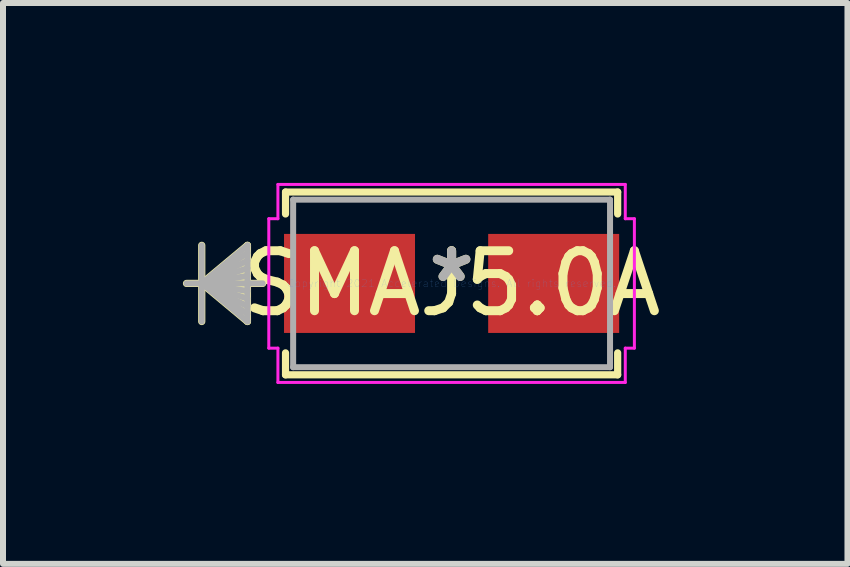
<source format=kicad_pcb>
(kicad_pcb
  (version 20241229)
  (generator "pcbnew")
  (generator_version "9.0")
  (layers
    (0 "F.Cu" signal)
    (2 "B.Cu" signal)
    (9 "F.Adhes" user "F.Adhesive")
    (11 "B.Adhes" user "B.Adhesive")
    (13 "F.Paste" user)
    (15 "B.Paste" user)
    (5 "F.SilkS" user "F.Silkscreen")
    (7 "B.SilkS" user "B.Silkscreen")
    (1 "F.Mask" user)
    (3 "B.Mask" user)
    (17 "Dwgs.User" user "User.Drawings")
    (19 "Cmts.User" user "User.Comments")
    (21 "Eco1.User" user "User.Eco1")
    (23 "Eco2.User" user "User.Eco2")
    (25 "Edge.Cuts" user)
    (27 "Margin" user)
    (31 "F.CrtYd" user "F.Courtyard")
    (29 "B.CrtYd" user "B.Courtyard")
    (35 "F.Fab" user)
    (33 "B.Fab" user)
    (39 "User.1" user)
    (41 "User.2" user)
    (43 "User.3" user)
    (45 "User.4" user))
  (footprint "SMAJ5.0A"
    (layer "F.Cu")
    (at 4.48 1.676)
    (property "Reference" "SMAJ5.0A" (at 0 0 0) (layer "F.SilkS") (effects (font (size 1 1) (thickness 0.15))))
    (attr through_hole)
    (fp_line (start -4.166 -0.635) (end -4.166 0.635) (stroke (width 0.12) (type solid)) (layer "F.SilkS"))
    (fp_line (start -4.166 0) (end -3.404 -0.635) (stroke (width 0.12) (type solid)) (layer "F.SilkS"))
    (fp_line (start -4.166 0) (end -3.404 -0.508) (stroke (width 0.12) (type solid)) (layer "F.SilkS"))
    (fp_line (start -4.166 0) (end -3.404 -0.381) (stroke (width 0.12) (type solid)) (layer "F.SilkS"))
    (fp_line (start -4.166 0) (end -3.404 -0.254) (stroke (width 0.12) (type solid)) (layer "F.SilkS"))
    (fp_line (start -4.166 0) (end -3.404 -0.127) (stroke (width 0.12) (type solid)) (layer "F.SilkS"))
    (fp_line (start -4.166 0) (end -3.404 0.127) (stroke (width 0.12) (type solid)) (layer "F.SilkS"))
    (fp_line (start -4.166 0) (end -3.404 0.254) (stroke (width 0.12) (type solid)) (layer "F.SilkS"))
    (fp_line (start -4.166 0) (end -3.404 0.381) (stroke (width 0.12) (type solid)) (layer "F.SilkS"))
    (fp_line (start -4.166 0) (end -3.404 0.508) (stroke (width 0.12) (type solid)) (layer "F.SilkS"))
    (fp_line (start -4.166 0) (end -3.404 0.635) (stroke (width 0.12) (type solid)) (layer "F.SilkS"))
    (fp_line (start -3.404 -0.635) (end -3.404 0.635) (stroke (width 0.12) (type solid)) (layer "F.SilkS"))
    (fp_line (start -3.15 0) (end -4.42 0) (stroke (width 0.12) (type solid)) (layer "F.SilkS"))
    (fp_line (start -2.769 -1.524) (end -2.769 -1.158) (stroke (width 0.12) (type solid)) (layer "F.SilkS"))
    (fp_line (start -2.769 1.158) (end -2.769 1.524) (stroke (width 0.12) (type solid)) (layer "F.SilkS"))
    (fp_line (start -2.769 1.524) (end 2.769 1.524) (stroke (width 0.12) (type solid)) (layer "F.SilkS"))
    (fp_line (start 2.769 -1.524) (end -2.769 -1.524) (stroke (width 0.12) (type solid)) (layer "F.SilkS"))
    (fp_line (start 2.769 -1.158) (end 2.769 -1.524) (stroke (width 0.12) (type solid)) (layer "F.SilkS"))
    (fp_line (start 2.769 1.524) (end 2.769 1.158) (stroke (width 0.12) (type solid)) (layer "F.SilkS"))
    (fp_line (start -3.048 -1.079) (end -2.896 -1.079) (stroke (width 0.05) (type solid)) (layer "F.CrtYd"))
    (fp_line (start -3.048 1.079) (end -3.048 -1.079) (stroke (width 0.05) (type solid)) (layer "F.CrtYd"))
    (fp_line (start -2.896 -1.651) (end 2.896 -1.651) (stroke (width 0.05) (type solid)) (layer "F.CrtYd"))
    (fp_line (start -2.896 -1.079) (end -2.896 -1.651) (stroke (width 0.05) (type solid)) (layer "F.CrtYd"))
    (fp_line (start -2.896 1.079) (end -3.048 1.079) (stroke (width 0.05) (type solid)) (layer "F.CrtYd"))
    (fp_line (start -2.896 1.651) (end -2.896 1.079) (stroke (width 0.05) (type solid)) (layer "F.CrtYd"))
    (fp_line (start 2.896 -1.651) (end 2.896 -1.079) (stroke (width 0.05) (type solid)) (layer "F.CrtYd"))
    (fp_line (start 2.896 -1.079) (end 3.048 -1.079) (stroke (width 0.05) (type solid)) (layer "F.CrtYd"))
    (fp_line (start 2.896 1.079) (end 2.896 1.651) (stroke (width 0.05) (type solid)) (layer "F.CrtYd"))
    (fp_line (start 2.896 1.651) (end -2.896 1.651) (stroke (width 0.05) (type solid)) (layer "F.CrtYd"))
    (fp_line (start 3.048 -1.079) (end 3.048 1.079) (stroke (width 0.05) (type solid)) (layer "F.CrtYd"))
    (fp_line (start 3.048 1.079) (end 2.896 1.079) (stroke (width 0.05) (type solid)) (layer "F.CrtYd"))
    (fp_line (start -4.166 -0.635) (end -4.166 0.635) (stroke (width 0.1) (type solid)) (layer "F.Fab"))
    (fp_line (start -4.166 0) (end -3.404 -0.635) (stroke (width 0.1) (type solid)) (layer "F.Fab"))
    (fp_line (start -4.166 0) (end -3.404 -0.508) (stroke (width 0.1) (type solid)) (layer "F.Fab"))
    (fp_line (start -4.166 0) (end -3.404 -0.381) (stroke (width 0.1) (type solid)) (layer "F.Fab"))
    (fp_line (start -4.166 0) (end -3.404 -0.254) (stroke (width 0.1) (type solid)) (layer "F.Fab"))
    (fp_line (start -4.166 0) (end -3.404 -0.127) (stroke (width 0.1) (type solid)) (layer "F.Fab"))
    (fp_line (start -4.166 0) (end -3.404 0.127) (stroke (width 0.1) (type solid)) (layer "F.Fab"))
    (fp_line (start -4.166 0) (end -3.404 0.254) (stroke (width 0.1) (type solid)) (layer "F.Fab"))
    (fp_line (start -4.166 0) (end -3.404 0.381) (stroke (width 0.1) (type solid)) (layer "F.Fab"))
    (fp_line (start -4.166 0) (end -3.404 0.508) (stroke (width 0.1) (type solid)) (layer "F.Fab"))
    (fp_line (start -4.166 0) (end -3.404 0.635) (stroke (width 0.1) (type solid)) (layer "F.Fab"))
    (fp_line (start -3.404 -0.635) (end -3.404 0.635) (stroke (width 0.1) (type solid)) (layer "F.Fab"))
    (fp_line (start -3.15 0) (end -4.42 0) (stroke (width 0.1) (type solid)) (layer "F.Fab"))
    (fp_line (start -2.642 -1.397) (end -2.642 1.397) (stroke (width 0.1) (type solid)) (layer "F.Fab"))
    (fp_line (start -2.642 1.397) (end 2.642 1.397) (stroke (width 0.1) (type solid)) (layer "F.Fab"))
    (fp_line (start 2.642 -1.397) (end -2.642 -1.397) (stroke (width 0.1) (type solid)) (layer "F.Fab"))
    (fp_line (start 2.642 1.397) (end 2.642 -1.397) (stroke (width 0.1) (type solid)) (layer "F.Fab"))
    (fp_text user "*" (at 0 0 0) (layer "F.SilkS") (effects (font (size 1 1) (thickness 0.15))))
    (fp_text user "Copyright 2021 Accelerated Designs. All rights reserved." (at 0 0 0) (layer "Cmts.User") (effects (font (size 0.127 0.127) (thickness 0.002))))
    (fp_text user "*" (at 0 0 0) (layer "F.Fab") (effects (font (size 1 1) (thickness 0.15))))
    (pad "1" smd rect (at -1.702 0 90) (size 1.651 2.184) (layers "F.Cu" "F.Mask" "F.Paste"))
    (pad "2" smd rect (at 1.702 0 90) (size 1.651 2.184) (layers "F.Cu" "F.Mask" "F.Paste")))
  (gr_rect
    (start -3 -3)
    (end 11.081 6.352)
    (stroke (width 0.1) (type default))
    (fill no)
    (layer "Edge.Cuts")))
</source>
